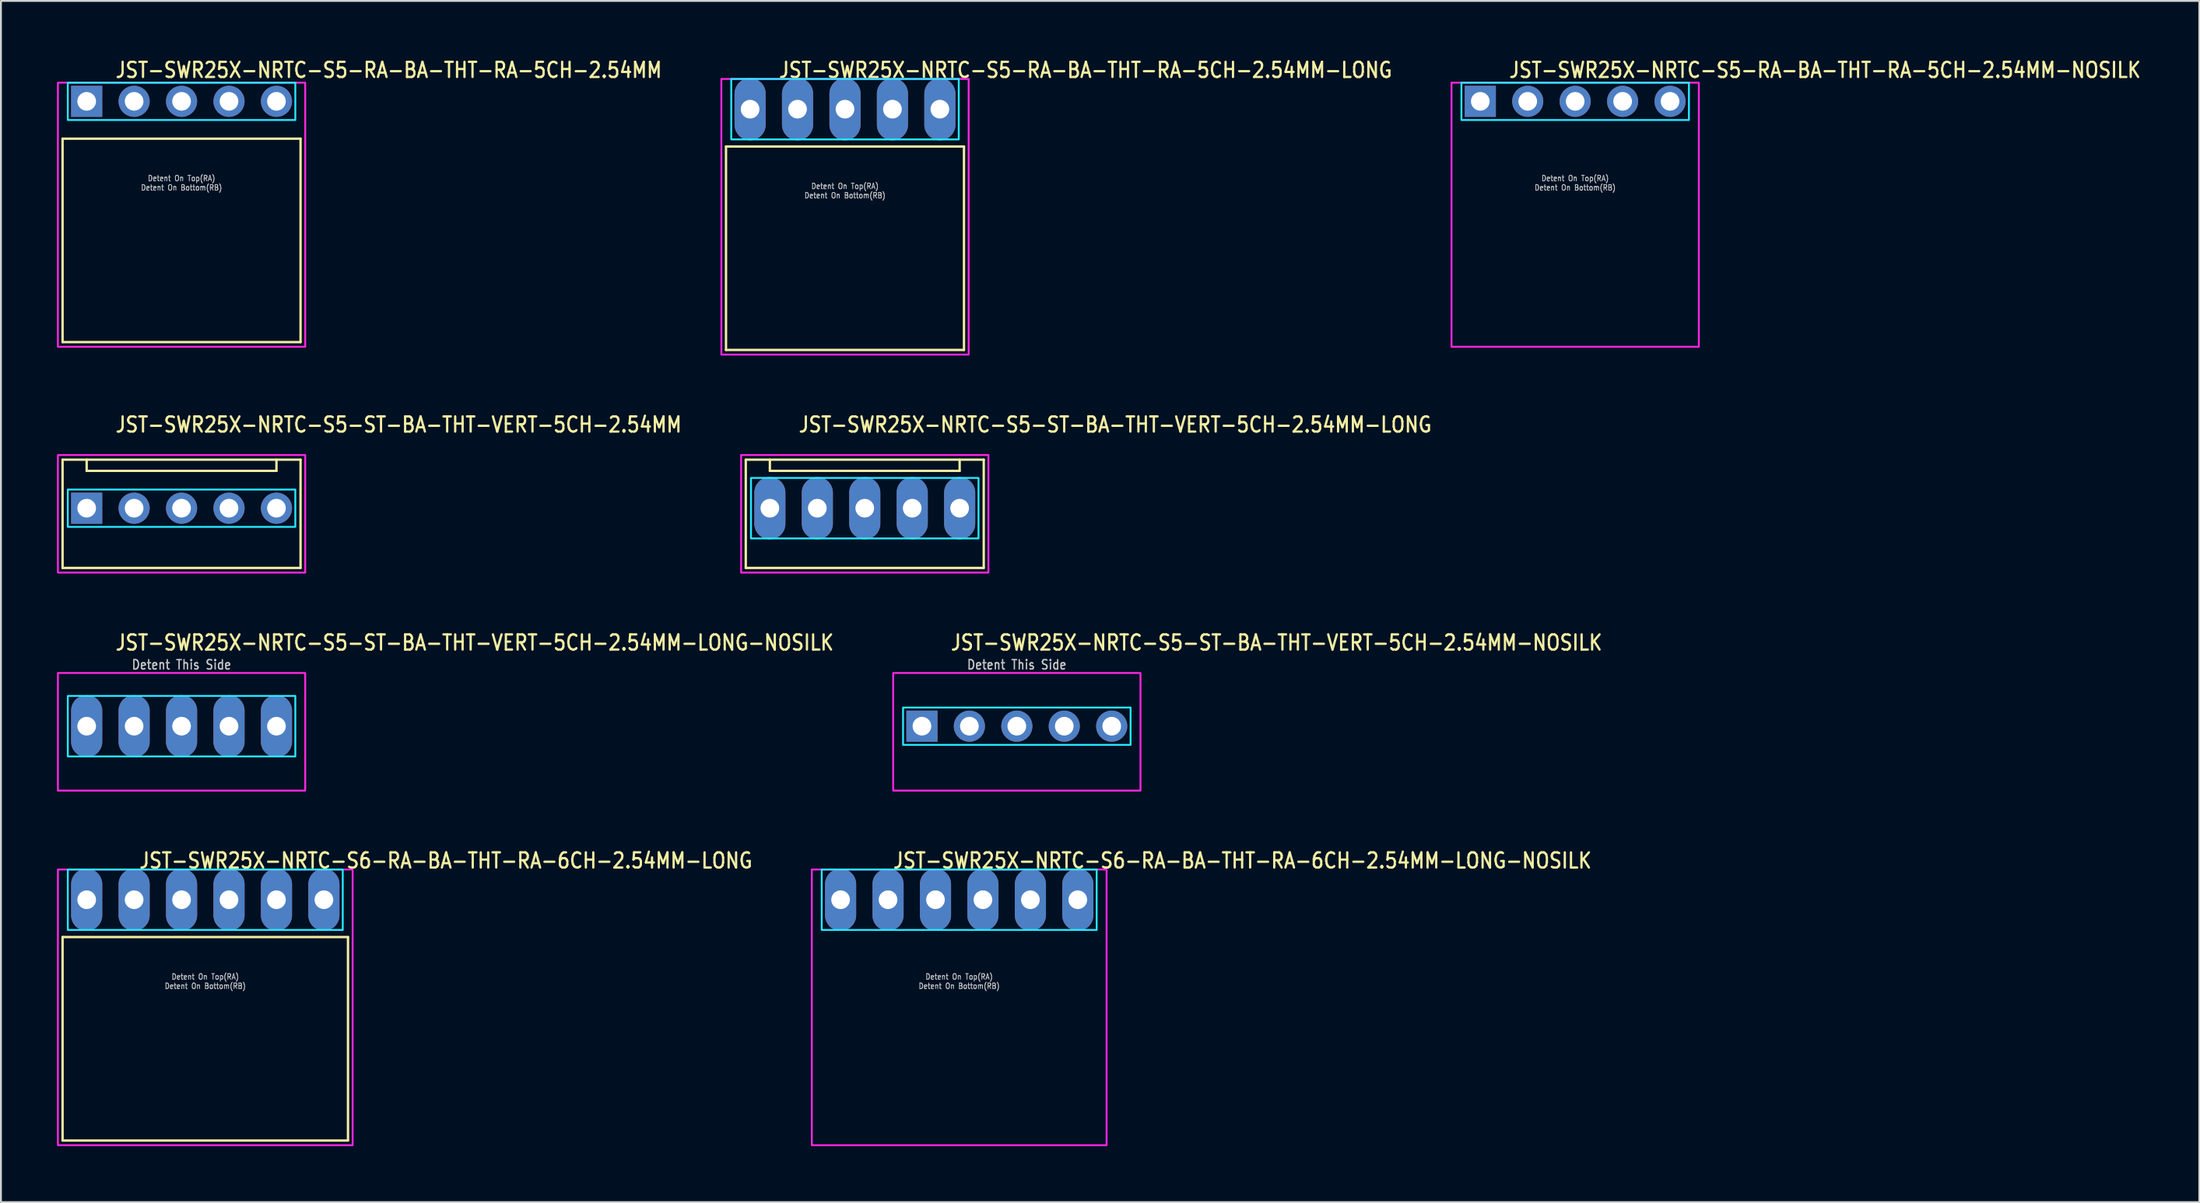
<source format=kicad_pcb>
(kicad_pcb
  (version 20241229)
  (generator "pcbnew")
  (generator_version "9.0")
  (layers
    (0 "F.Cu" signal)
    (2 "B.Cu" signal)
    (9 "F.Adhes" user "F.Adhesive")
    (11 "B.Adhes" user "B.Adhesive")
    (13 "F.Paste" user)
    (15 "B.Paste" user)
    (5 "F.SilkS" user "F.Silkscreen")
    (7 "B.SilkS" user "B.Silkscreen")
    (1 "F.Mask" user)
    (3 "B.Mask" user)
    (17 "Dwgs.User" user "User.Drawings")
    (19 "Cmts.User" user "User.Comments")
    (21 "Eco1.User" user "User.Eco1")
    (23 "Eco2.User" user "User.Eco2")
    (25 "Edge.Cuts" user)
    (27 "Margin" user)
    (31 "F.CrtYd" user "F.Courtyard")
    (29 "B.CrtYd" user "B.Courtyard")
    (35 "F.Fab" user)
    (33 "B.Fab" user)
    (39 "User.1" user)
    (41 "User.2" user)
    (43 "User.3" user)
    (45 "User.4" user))
  (footprint "JST-SWR25X-NRTC-S6-RA-BA-THT-RA-6CH-2.54MM-LONG-NOSILK"
    (layer "F.Cu")
    (at 48.302 45.154)
    (property "Reference" "JST-SWR25X-NRTC-S6-RA-BA-THT-RA-6CH-2.54MM-LONG-NOSILK" (at -3.6 -1.62 0) (unlocked yes) (layer "F.SilkS") (effects (font (size 0.813 0.695) (thickness 0.122)) (justify left bottom)))
    (fp_poly (pts (xy -7.36 -1.62) (xy -7.36 1.62) (xy 7.36 1.62) (xy 7.36 -1.62)) (stroke (width 0.1) (type solid)) (fill no) (layer "B.CrtYd"))
    (fp_poly (pts (xy -7.89 -1.62) (xy -7.89 13.15) (xy 7.89 13.15) (xy 7.89 -1.62)) (stroke (width 0.1) (type solid)) (fill no) (layer "F.CrtYd"))
    (fp_text user "Detent On Top(RA)" (at 0 4.3 0) (unlocked yes) (layer "Dwgs.User") (effects (font (size 0.3 0.257) (thickness 0.045)) (justify bottom)))
    (fp_text user "Detent On Bottom(RB)" (at 0 4.8 0) (unlocked yes) (layer "Dwgs.User") (effects (font (size 0.3 0.257) (thickness 0.045)) (justify bottom)))
    (pad "1" thru_hole oval (at -6.35 0 90) (size 3.333 1.667) (drill 1) (layers "*.Cu" "*.Mask"))
    (pad "2" thru_hole oval (at -3.81 0 90) (size 3.333 1.667) (drill 1) (layers "*.Cu" "*.Mask"))
    (pad "3" thru_hole oval (at -1.27 0 90) (size 3.333 1.667) (drill 1) (layers "*.Cu" "*.Mask"))
    (pad "4" thru_hole oval (at 1.27 0 90) (size 3.333 1.667) (drill 1) (layers "*.Cu" "*.Mask"))
    (pad "5" thru_hole oval (at 3.81 0 90) (size 3.333 1.667) (drill 1) (layers "*.Cu" "*.Mask"))
    (pad "6" thru_hole oval (at 6.35 0 90) (size 3.333 1.667) (drill 1) (layers "*.Cu" "*.Mask")))
  (footprint "JST-SWR25X-NRTC-S5-RA-BA-THT-RA-5CH-2.54MM-LONG"
    (layer "F.Cu")
    (at 42.188 2.799)
    (property "Reference" "JST-SWR25X-NRTC-S5-RA-BA-THT-RA-5CH-2.54MM-LONG" (at -3.6 -1.62 0) (unlocked yes) (layer "F.SilkS") (effects (font (size 0.813 0.695) (thickness 0.122)) (justify left bottom)))
    (fp_line (start -6.37 2) (end 6.37 2) (stroke (width 0.127) (type solid)) (layer "F.SilkS"))
    (fp_line (start -6.37 12.9) (end -6.37 2) (stroke (width 0.127) (type solid)) (layer "F.SilkS"))
    (fp_line (start -6.37 12.9) (end 6.37 12.9) (stroke (width 0.127) (type solid)) (layer "F.SilkS"))
    (fp_line (start 6.37 2) (end 6.37 12.9) (stroke (width 0.127) (type solid)) (layer "F.SilkS"))
    (fp_poly (pts (xy -6.09 -1.62) (xy -6.09 1.62) (xy 6.09 1.62) (xy 6.09 -1.62)) (stroke (width 0.1) (type solid)) (fill no) (layer "B.CrtYd"))
    (fp_poly (pts (xy -6.62 -1.62) (xy -6.62 13.15) (xy 6.62 13.15) (xy 6.62 -1.62)) (stroke (width 0.1) (type solid)) (fill no) (layer "F.CrtYd"))
    (fp_text user "Detent On Bottom(RB)" (at 0 4.8 0) (unlocked yes) (layer "Dwgs.User") (effects (font (size 0.3 0.257) (thickness 0.045)) (justify bottom)))
    (fp_text user "Detent On Top(RA)" (at 0 4.3 0) (unlocked yes) (layer "Dwgs.User") (effects (font (size 0.3 0.257) (thickness 0.045)) (justify bottom)))
    (pad "1" thru_hole oval (at -5.08 0 90) (size 3.333 1.667) (drill 1) (layers "*.Cu" "*.Mask"))
    (pad "2" thru_hole oval (at -2.54 0 90) (size 3.333 1.667) (drill 1) (layers "*.Cu" "*.Mask"))
    (pad "3" thru_hole oval (at 0 0 90) (size 3.333 1.667) (drill 1) (layers "*.Cu" "*.Mask"))
    (pad "4" thru_hole oval (at 2.54 0 90) (size 3.333 1.667) (drill 1) (layers "*.Cu" "*.Mask"))
    (pad "5" thru_hole oval (at 5.08 0 90) (size 3.333 1.667) (drill 1) (layers "*.Cu" "*.Mask")))
  (footprint "JST-SWR25X-NRTC-S5-RA-BA-THT-RA-5CH-2.54MM"
    (layer "F.Cu")
    (at 6.67 2.379)
    (property "Reference" "JST-SWR25X-NRTC-S5-RA-BA-THT-RA-5CH-2.54MM" (at -3.6 -1.2 0) (unlocked yes) (layer "F.SilkS") (effects (font (size 0.813 0.695) (thickness 0.122)) (justify left bottom)))
    (fp_line (start -6.37 2) (end 6.37 2) (stroke (width 0.127) (type solid)) (layer "F.SilkS"))
    (fp_line (start -6.37 12.9) (end -6.37 2) (stroke (width 0.127) (type solid)) (layer "F.SilkS"))
    (fp_line (start -6.37 12.9) (end 6.37 12.9) (stroke (width 0.127) (type solid)) (layer "F.SilkS"))
    (fp_line (start 6.37 2) (end 6.37 12.9) (stroke (width 0.127) (type solid)) (layer "F.SilkS"))
    (fp_poly (pts (xy -6.09 -1) (xy -6.09 1) (xy 6.09 1) (xy 6.09 -1)) (stroke (width 0.1) (type solid)) (fill no) (layer "B.CrtYd"))
    (fp_poly (pts (xy -6.62 -1) (xy -6.62 13.15) (xy 6.62 13.15) (xy 6.62 -1)) (stroke (width 0.1) (type solid)) (fill no) (layer "F.CrtYd"))
    (fp_text user "Detent On Top(RA)" (at 0 4.3 0) (unlocked yes) (layer "Dwgs.User") (effects (font (size 0.3 0.257) (thickness 0.045)) (justify bottom)))
    (fp_text user "Detent On Bottom(RB)" (at 0 4.8 0) (unlocked yes) (layer "Dwgs.User") (effects (font (size 0.3 0.257) (thickness 0.045)) (justify bottom)))
    (pad "1" thru_hole rect (at -5.08 0) (size 1.667 1.667) (drill 1) (layers "*.Cu" "*.Mask"))
    (pad "2" thru_hole oval (at -2.54 0) (size 1.667 1.667) (drill 1) (layers "*.Cu" "*.Mask"))
    (pad "3" thru_hole oval (at 0 0) (size 1.667 1.667) (drill 1) (layers "*.Cu" "*.Mask"))
    (pad "4" thru_hole oval (at 2.54 0) (size 1.667 1.667) (drill 1) (layers "*.Cu" "*.Mask"))
    (pad "5" thru_hole oval (at 5.08 0) (size 1.667 1.667) (drill 1) (layers "*.Cu" "*.Mask")))
  (footprint "JST-SWR25X-NRTC-S5-ST-BA-THT-VERT-5CH-2.54MM-NOSILK"
    (layer "F.Cu")
    (at 51.387 35.856)
    (property "Reference" "JST-SWR25X-NRTC-S5-ST-BA-THT-VERT-5CH-2.54MM-NOSILK" (at -3.6 -4 0) (unlocked yes) (layer "F.SilkS") (effects (font (size 0.813 0.695) (thickness 0.122)) (justify left bottom)))
    (fp_poly (pts (xy -6.09 -1) (xy -6.09 1) (xy 6.09 1) (xy 6.09 -1)) (stroke (width 0.1) (type solid)) (fill no) (layer "B.CrtYd"))
    (fp_poly (pts (xy -6.62 -2.85) (xy -6.62 3.45) (xy 6.62 3.45) (xy 6.62 -2.85)) (stroke (width 0.1) (type solid)) (fill no) (layer "F.CrtYd"))
    (fp_text user "Detent This Side" (at 0 -3 0) (unlocked yes) (layer "Dwgs.User") (effects (font (size 0.5 0.427) (thickness 0.075)) (justify bottom)))
    (pad "1" thru_hole rect (at -5.08 0) (size 1.667 1.667) (drill 1) (layers "*.Cu" "*.Mask"))
    (pad "2" thru_hole oval (at -2.54 0) (size 1.667 1.667) (drill 1) (layers "*.Cu" "*.Mask"))
    (pad "3" thru_hole oval (at 0 0) (size 1.667 1.667) (drill 1) (layers "*.Cu" "*.Mask"))
    (pad "4" thru_hole oval (at 2.54 0) (size 1.667 1.667) (drill 1) (layers "*.Cu" "*.Mask"))
    (pad "5" thru_hole oval (at 5.08 0) (size 1.667 1.667) (drill 1) (layers "*.Cu" "*.Mask")))
  (footprint "JST-SWR25X-NRTC-S5-RA-BA-THT-RA-5CH-2.54MM-NOSILK"
    (layer "F.Cu")
    (at 81.279 2.379)
    (property "Reference" "JST-SWR25X-NRTC-S5-RA-BA-THT-RA-5CH-2.54MM-NOSILK" (at -3.6 -1.2 0) (unlocked yes) (layer "F.SilkS") (effects (font (size 0.813 0.695) (thickness 0.122)) (justify left bottom)))
    (fp_poly (pts (xy -6.09 -1) (xy -6.09 1) (xy 6.09 1) (xy 6.09 -1)) (stroke (width 0.1) (type solid)) (fill no) (layer "B.CrtYd"))
    (fp_poly (pts (xy -6.62 -1) (xy -6.62 13.15) (xy 6.62 13.15) (xy 6.62 -1)) (stroke (width 0.1) (type solid)) (fill no) (layer "F.CrtYd"))
    (fp_text user "Detent On Top(RA)" (at 0 4.3 0) (unlocked yes) (layer "Dwgs.User") (effects (font (size 0.3 0.257) (thickness 0.045)) (justify bottom)))
    (fp_text user "Detent On Bottom(RB)" (at 0 4.8 0) (unlocked yes) (layer "Dwgs.User") (effects (font (size 0.3 0.257) (thickness 0.045)) (justify bottom)))
    (pad "1" thru_hole rect (at -5.08 0) (size 1.667 1.667) (drill 1) (layers "*.Cu" "*.Mask"))
    (pad "2" thru_hole oval (at -2.54 0) (size 1.667 1.667) (drill 1) (layers "*.Cu" "*.Mask"))
    (pad "3" thru_hole oval (at 0 0) (size 1.667 1.667) (drill 1) (layers "*.Cu" "*.Mask"))
    (pad "4" thru_hole oval (at 2.54 0) (size 1.667 1.667) (drill 1) (layers "*.Cu" "*.Mask"))
    (pad "5" thru_hole oval (at 5.08 0) (size 1.667 1.667) (drill 1) (layers "*.Cu" "*.Mask")))
  (footprint "JST-SWR25X-NRTC-S5-ST-BA-THT-VERT-5CH-2.54MM-LONG-NOSILK"
    (layer "F.Cu")
    (at 6.67 35.856)
    (property "Reference" "JST-SWR25X-NRTC-S5-ST-BA-THT-VERT-5CH-2.54MM-LONG-NOSILK" (at -3.6 -4 0) (unlocked yes) (layer "F.SilkS") (effects (font (size 0.813 0.695) (thickness 0.122)) (justify left bottom)))
    (fp_poly (pts (xy -6.09 -1.62) (xy -6.09 1.62) (xy 6.09 1.62) (xy 6.09 -1.62)) (stroke (width 0.1) (type solid)) (fill no) (layer "B.CrtYd"))
    (fp_poly (pts (xy -6.62 -2.85) (xy -6.62 3.45) (xy 6.62 3.45) (xy 6.62 -2.85)) (stroke (width 0.1) (type solid)) (fill no) (layer "F.CrtYd"))
    (fp_text user "Detent This Side" (at 0 -3 0) (unlocked yes) (layer "Dwgs.User") (effects (font (size 0.5 0.427) (thickness 0.075)) (justify bottom)))
    (pad "1" thru_hole oval (at -5.08 0 90) (size 3.333 1.667) (drill 1) (layers "*.Cu" "*.Mask"))
    (pad "2" thru_hole oval (at -2.54 0 90) (size 3.333 1.667) (drill 1) (layers "*.Cu" "*.Mask"))
    (pad "3" thru_hole oval (at 0 0 90) (size 3.333 1.667) (drill 1) (layers "*.Cu" "*.Mask"))
    (pad "4" thru_hole oval (at 2.54 0 90) (size 3.333 1.667) (drill 1) (layers "*.Cu" "*.Mask"))
    (pad "5" thru_hole oval (at 5.08 0 90) (size 3.333 1.667) (drill 1) (layers "*.Cu" "*.Mask")))
  (footprint "JST-SWR25X-NRTC-S5-ST-BA-THT-VERT-5CH-2.54MM"
    (layer "F.Cu")
    (at 6.67 24.177)
    (property "Reference" "JST-SWR25X-NRTC-S5-ST-BA-THT-VERT-5CH-2.54MM" (at -3.6 -4 0) (unlocked yes) (layer "F.SilkS") (effects (font (size 0.813 0.695) (thickness 0.122)) (justify left bottom)))
    (fp_line (start -6.37 -2.6) (end 6.37 -2.6) (stroke (width 0.127) (type solid)) (layer "F.SilkS"))
    (fp_line (start -6.37 3.2) (end -6.37 -2.6) (stroke (width 0.127) (type solid)) (layer "F.SilkS"))
    (fp_line (start -6.37 3.2) (end 6.37 3.2) (stroke (width 0.127) (type solid)) (layer "F.SilkS"))
    (fp_line (start -5.08 -2.6) (end -5.08 -2) (stroke (width 0.127) (type solid)) (layer "F.SilkS"))
    (fp_line (start -5.08 -2) (end 5.08 -2) (stroke (width 0.127) (type solid)) (layer "F.SilkS"))
    (fp_line (start 5.08 -2.6) (end 5.08 -2) (stroke (width 0.127) (type solid)) (layer "F.SilkS"))
    (fp_line (start 6.37 -2.6) (end 6.37 3.2) (stroke (width 0.127) (type solid)) (layer "F.SilkS"))
    (fp_poly (pts (xy -6.09 -1) (xy -6.09 1) (xy 6.09 1) (xy 6.09 -1)) (stroke (width 0.1) (type solid)) (fill no) (layer "B.CrtYd"))
    (fp_poly (pts (xy -6.62 -2.85) (xy -6.62 3.45) (xy 6.62 3.45) (xy 6.62 -2.85)) (stroke (width 0.1) (type solid)) (fill no) (layer "F.CrtYd"))
    (pad "1" thru_hole rect (at -5.08 0) (size 1.667 1.667) (drill 1) (layers "*.Cu" "*.Mask"))
    (pad "2" thru_hole oval (at -2.54 0) (size 1.667 1.667) (drill 1) (layers "*.Cu" "*.Mask"))
    (pad "3" thru_hole oval (at 0 0) (size 1.667 1.667) (drill 1) (layers "*.Cu" "*.Mask"))
    (pad "4" thru_hole oval (at 2.54 0) (size 1.667 1.667) (drill 1) (layers "*.Cu" "*.Mask"))
    (pad "5" thru_hole oval (at 5.08 0) (size 1.667 1.667) (drill 1) (layers "*.Cu" "*.Mask")))
  (footprint "JST-SWR25X-NRTC-S5-ST-BA-THT-VERT-5CH-2.54MM-LONG"
    (layer "F.Cu")
    (at 43.246 24.177)
    (property "Reference" "JST-SWR25X-NRTC-S5-ST-BA-THT-VERT-5CH-2.54MM-LONG" (at -3.6 -4 0) (unlocked yes) (layer "F.SilkS") (effects (font (size 0.813 0.695) (thickness 0.122)) (justify left bottom)))
    (fp_line (start -6.37 -2.6) (end 6.37 -2.6) (stroke (width 0.127) (type solid)) (layer "F.SilkS"))
    (fp_line (start -6.37 3.2) (end -6.37 -2.6) (stroke (width 0.127) (type solid)) (layer "F.SilkS"))
    (fp_line (start -6.37 3.2) (end 6.37 3.2) (stroke (width 0.127) (type solid)) (layer "F.SilkS"))
    (fp_line (start -5.08 -2.6) (end -5.08 -2) (stroke (width 0.127) (type solid)) (layer "F.SilkS"))
    (fp_line (start -5.08 -2) (end 5.08 -2) (stroke (width 0.127) (type solid)) (layer "F.SilkS"))
    (fp_line (start 5.08 -2.6) (end 5.08 -2) (stroke (width 0.127) (type solid)) (layer "F.SilkS"))
    (fp_line (start 6.37 -2.6) (end 6.37 3.2) (stroke (width 0.127) (type solid)) (layer "F.SilkS"))
    (fp_poly (pts (xy -6.09 -1.62) (xy -6.09 1.62) (xy 6.09 1.62) (xy 6.09 -1.62)) (stroke (width 0.1) (type solid)) (fill no) (layer "B.CrtYd"))
    (fp_poly (pts (xy -6.62 -2.85) (xy -6.62 3.45) (xy 6.62 3.45) (xy 6.62 -2.85)) (stroke (width 0.1) (type solid)) (fill no) (layer "F.CrtYd"))
    (pad "1" thru_hole oval (at -5.08 0 90) (size 3.333 1.667) (drill 1) (layers "*.Cu" "*.Mask"))
    (pad "2" thru_hole oval (at -2.54 0 90) (size 3.333 1.667) (drill 1) (layers "*.Cu" "*.Mask"))
    (pad "3" thru_hole oval (at 0 0 90) (size 3.333 1.667) (drill 1) (layers "*.Cu" "*.Mask"))
    (pad "4" thru_hole oval (at 2.54 0 90) (size 3.333 1.667) (drill 1) (layers "*.Cu" "*.Mask"))
    (pad "5" thru_hole oval (at 5.08 0 90) (size 3.333 1.667) (drill 1) (layers "*.Cu" "*.Mask")))
  (footprint "JST-SWR25X-NRTC-S6-RA-BA-THT-RA-6CH-2.54MM-LONG"
    (layer "F.Cu")
    (at 7.94 45.154)
    (property "Reference" "JST-SWR25X-NRTC-S6-RA-BA-THT-RA-6CH-2.54MM-LONG" (at -3.6 -1.62 0) (unlocked yes) (layer "F.SilkS") (effects (font (size 0.813 0.695) (thickness 0.122)) (justify left bottom)))
    (fp_line (start -7.64 2) (end 7.64 2) (stroke (width 0.127) (type solid)) (layer "F.SilkS"))
    (fp_line (start -7.64 12.9) (end -7.64 2) (stroke (width 0.127) (type solid)) (layer "F.SilkS"))
    (fp_line (start -7.64 12.9) (end 7.64 12.9) (stroke (width 0.127) (type solid)) (layer "F.SilkS"))
    (fp_line (start 7.64 2) (end 7.64 12.9) (stroke (width 0.127) (type solid)) (layer "F.SilkS"))
    (fp_poly (pts (xy -7.36 -1.62) (xy -7.36 1.62) (xy 7.36 1.62) (xy 7.36 -1.62)) (stroke (width 0.1) (type solid)) (fill no) (layer "B.CrtYd"))
    (fp_poly (pts (xy -7.89 -1.62) (xy -7.89 13.15) (xy 7.89 13.15) (xy 7.89 -1.62)) (stroke (width 0.1) (type solid)) (fill no) (layer "F.CrtYd"))
    (fp_text user "Detent On Top(RA)" (at 0 4.3 0) (unlocked yes) (layer "Dwgs.User") (effects (font (size 0.3 0.257) (thickness 0.045)) (justify bottom)))
    (fp_text user "Detent On Bottom(RB)" (at 0 4.8 0) (unlocked yes) (layer "Dwgs.User") (effects (font (size 0.3 0.257) (thickness 0.045)) (justify bottom)))
    (pad "1" thru_hole oval (at -6.35 0 90) (size 3.333 1.667) (drill 1) (layers "*.Cu" "*.Mask"))
    (pad "2" thru_hole oval (at -3.81 0 90) (size 3.333 1.667) (drill 1) (layers "*.Cu" "*.Mask"))
    (pad "3" thru_hole oval (at -1.27 0 90) (size 3.333 1.667) (drill 1) (layers "*.Cu" "*.Mask"))
    (pad "4" thru_hole oval (at 1.27 0 90) (size 3.333 1.667) (drill 1) (layers "*.Cu" "*.Mask"))
    (pad "5" thru_hole oval (at 3.81 0 90) (size 3.333 1.667) (drill 1) (layers "*.Cu" "*.Mask"))
    (pad "6" thru_hole oval (at 6.35 0 90) (size 3.333 1.667) (drill 1) (layers "*.Cu" "*.Mask")))
  (gr_rect
    (start -3 -3)
    (end 114.693 61.354)
    (stroke (width 0.1) (type default))
    (fill no)
    (layer "Edge.Cuts")))
</source>
